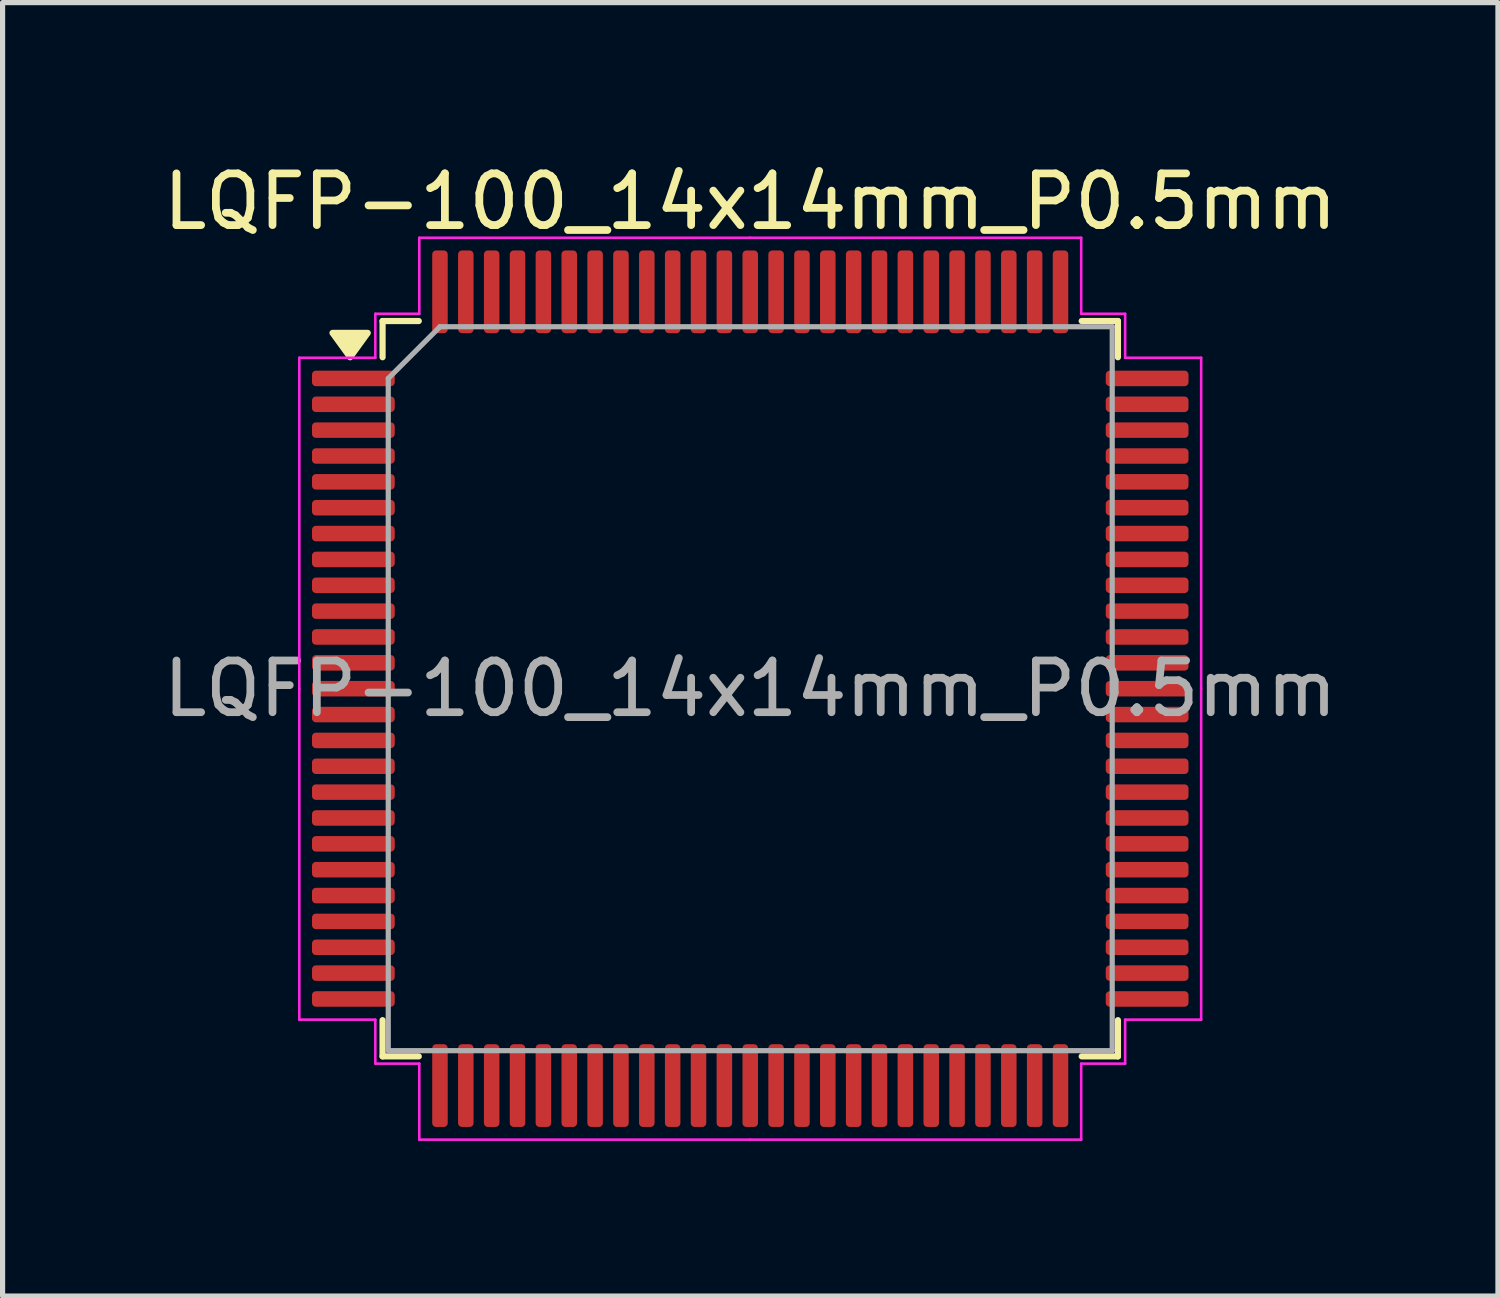
<source format=kicad_pcb>
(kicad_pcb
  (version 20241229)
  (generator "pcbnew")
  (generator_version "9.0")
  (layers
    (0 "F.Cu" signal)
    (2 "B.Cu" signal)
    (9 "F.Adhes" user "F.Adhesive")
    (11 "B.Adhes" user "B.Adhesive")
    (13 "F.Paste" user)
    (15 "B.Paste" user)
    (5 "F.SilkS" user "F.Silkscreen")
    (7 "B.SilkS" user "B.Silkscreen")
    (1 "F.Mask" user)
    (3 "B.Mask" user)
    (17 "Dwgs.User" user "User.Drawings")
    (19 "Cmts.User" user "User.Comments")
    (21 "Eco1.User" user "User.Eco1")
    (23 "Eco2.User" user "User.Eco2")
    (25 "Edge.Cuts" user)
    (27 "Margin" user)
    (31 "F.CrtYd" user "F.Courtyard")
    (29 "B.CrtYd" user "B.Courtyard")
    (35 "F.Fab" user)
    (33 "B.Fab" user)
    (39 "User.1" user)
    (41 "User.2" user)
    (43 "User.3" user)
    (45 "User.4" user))
  (footprint "LQFP-100_14x14mm_P0.5mm"
    (layer "F.Cu")
    (at 11.458 10.268)
    (property "Reference" "LQFP-100_14x14mm_P0.5mm" (at 0 -9.42 0) (layer "F.SilkS") (effects (font (size 1 1) (thickness 0.15))))
    (attr smd allow_soldermask_bridges)
    (fp_line (start -7.11 -7.11) (end -7.11 -6.41) (stroke (width 0.12) (type solid)) (layer "F.SilkS"))
    (fp_line (start -7.11 7.11) (end -7.11 6.41) (stroke (width 0.12) (type solid)) (layer "F.SilkS"))
    (fp_line (start -6.41 -7.11) (end -7.11 -7.11) (stroke (width 0.12) (type solid)) (layer "F.SilkS"))
    (fp_line (start -6.41 7.11) (end -7.11 7.11) (stroke (width 0.12) (type solid)) (layer "F.SilkS"))
    (fp_line (start 6.41 -7.11) (end 7.11 -7.11) (stroke (width 0.12) (type solid)) (layer "F.SilkS"))
    (fp_line (start 6.41 7.11) (end 7.11 7.11) (stroke (width 0.12) (type solid)) (layer "F.SilkS"))
    (fp_line (start 7.11 -7.11) (end 7.11 -6.41) (stroke (width 0.12) (type solid)) (layer "F.SilkS"))
    (fp_line (start 7.11 7.11) (end 7.11 6.41) (stroke (width 0.12) (type solid)) (layer "F.SilkS"))
    (fp_poly (pts (xy -7.737 -6.41) (xy -8.078 -6.88) (xy -7.397 -6.88) (xy -7.737 -6.41)) (stroke (width 0.12) (type solid)) (fill yes) (layer "F.SilkS"))
    (fp_line (start -8.72 -6.4) (end -8.72 0) (stroke (width 0.05) (type solid)) (layer "F.CrtYd"))
    (fp_line (start -8.72 6.4) (end -8.72 0) (stroke (width 0.05) (type solid)) (layer "F.CrtYd"))
    (fp_line (start -7.25 -7.25) (end -7.25 -6.4) (stroke (width 0.05) (type solid)) (layer "F.CrtYd"))
    (fp_line (start -7.25 -6.4) (end -8.72 -6.4) (stroke (width 0.05) (type solid)) (layer "F.CrtYd"))
    (fp_line (start -7.25 6.4) (end -8.72 6.4) (stroke (width 0.05) (type solid)) (layer "F.CrtYd"))
    (fp_line (start -7.25 7.25) (end -7.25 6.4) (stroke (width 0.05) (type solid)) (layer "F.CrtYd"))
    (fp_line (start -6.4 -8.72) (end -6.4 -7.25) (stroke (width 0.05) (type solid)) (layer "F.CrtYd"))
    (fp_line (start -6.4 -7.25) (end -7.25 -7.25) (stroke (width 0.05) (type solid)) (layer "F.CrtYd"))
    (fp_line (start -6.4 7.25) (end -7.25 7.25) (stroke (width 0.05) (type solid)) (layer "F.CrtYd"))
    (fp_line (start -6.4 8.72) (end -6.4 7.25) (stroke (width 0.05) (type solid)) (layer "F.CrtYd"))
    (fp_line (start 0 -8.72) (end -6.4 -8.72) (stroke (width 0.05) (type solid)) (layer "F.CrtYd"))
    (fp_line (start 0 -8.72) (end 6.4 -8.72) (stroke (width 0.05) (type solid)) (layer "F.CrtYd"))
    (fp_line (start 0 8.72) (end -6.4 8.72) (stroke (width 0.05) (type solid)) (layer "F.CrtYd"))
    (fp_line (start 0 8.72) (end 6.4 8.72) (stroke (width 0.05) (type solid)) (layer "F.CrtYd"))
    (fp_line (start 6.4 -8.72) (end 6.4 -7.25) (stroke (width 0.05) (type solid)) (layer "F.CrtYd"))
    (fp_line (start 6.4 -7.25) (end 7.25 -7.25) (stroke (width 0.05) (type solid)) (layer "F.CrtYd"))
    (fp_line (start 6.4 7.25) (end 7.25 7.25) (stroke (width 0.05) (type solid)) (layer "F.CrtYd"))
    (fp_line (start 6.4 8.72) (end 6.4 7.25) (stroke (width 0.05) (type solid)) (layer "F.CrtYd"))
    (fp_line (start 7.25 -7.25) (end 7.25 -6.4) (stroke (width 0.05) (type solid)) (layer "F.CrtYd"))
    (fp_line (start 7.25 -6.4) (end 8.72 -6.4) (stroke (width 0.05) (type solid)) (layer "F.CrtYd"))
    (fp_line (start 7.25 6.4) (end 8.72 6.4) (stroke (width 0.05) (type solid)) (layer "F.CrtYd"))
    (fp_line (start 7.25 7.25) (end 7.25 6.4) (stroke (width 0.05) (type solid)) (layer "F.CrtYd"))
    (fp_line (start 8.72 -6.4) (end 8.72 0) (stroke (width 0.05) (type solid)) (layer "F.CrtYd"))
    (fp_line (start 8.72 6.4) (end 8.72 0) (stroke (width 0.05) (type solid)) (layer "F.CrtYd"))
    (fp_line (start -7 -6) (end -6 -7) (stroke (width 0.1) (type solid)) (layer "F.Fab"))
    (fp_line (start -7 7) (end -7 -6) (stroke (width 0.1) (type solid)) (layer "F.Fab"))
    (fp_line (start -6 -7) (end 7 -7) (stroke (width 0.1) (type solid)) (layer "F.Fab"))
    (fp_line (start 7 -7) (end 7 7) (stroke (width 0.1) (type solid)) (layer "F.Fab"))
    (fp_line (start 7 7) (end -7 7) (stroke (width 0.1) (type solid)) (layer "F.Fab"))
    (fp_text user "${REFERENCE}" (at 0 0 0) (layer "F.Fab") (effects (font (size 1 1) (thickness 0.15))))
    (pad "1" smd roundrect (at -7.675 -6) (size 1.6 0.3) (layers "F.Cu" "F.Mask" "F.Paste") (roundrect_rratio 0.25))
    (pad "2" smd roundrect (at -7.675 -5.5) (size 1.6 0.3) (layers "F.Cu" "F.Mask" "F.Paste") (roundrect_rratio 0.25))
    (pad "3" smd roundrect (at -7.675 -5) (size 1.6 0.3) (layers "F.Cu" "F.Mask" "F.Paste") (roundrect_rratio 0.25))
    (pad "4" smd roundrect (at -7.675 -4.5) (size 1.6 0.3) (layers "F.Cu" "F.Mask" "F.Paste") (roundrect_rratio 0.25))
    (pad "5" smd roundrect (at -7.675 -4) (size 1.6 0.3) (layers "F.Cu" "F.Mask" "F.Paste") (roundrect_rratio 0.25))
    (pad "6" smd roundrect (at -7.675 -3.5) (size 1.6 0.3) (layers "F.Cu" "F.Mask" "F.Paste") (roundrect_rratio 0.25))
    (pad "7" smd roundrect (at -7.675 -3) (size 1.6 0.3) (layers "F.Cu" "F.Mask" "F.Paste") (roundrect_rratio 0.25))
    (pad "8" smd roundrect (at -7.675 -2.5) (size 1.6 0.3) (layers "F.Cu" "F.Mask" "F.Paste") (roundrect_rratio 0.25))
    (pad "9" smd roundrect (at -7.675 -2) (size 1.6 0.3) (layers "F.Cu" "F.Mask" "F.Paste") (roundrect_rratio 0.25))
    (pad "10" smd roundrect (at -7.675 -1.5) (size 1.6 0.3) (layers "F.Cu" "F.Mask" "F.Paste") (roundrect_rratio 0.25))
    (pad "11" smd roundrect (at -7.675 -1) (size 1.6 0.3) (layers "F.Cu" "F.Mask" "F.Paste") (roundrect_rratio 0.25))
    (pad "12" smd roundrect (at -7.675 -0.5) (size 1.6 0.3) (layers "F.Cu" "F.Mask" "F.Paste") (roundrect_rratio 0.25))
    (pad "13" smd roundrect (at -7.675 0) (size 1.6 0.3) (layers "F.Cu" "F.Mask" "F.Paste") (roundrect_rratio 0.25))
    (pad "14" smd roundrect (at -7.675 0.5) (size 1.6 0.3) (layers "F.Cu" "F.Mask" "F.Paste") (roundrect_rratio 0.25))
    (pad "15" smd roundrect (at -7.675 1) (size 1.6 0.3) (layers "F.Cu" "F.Mask" "F.Paste") (roundrect_rratio 0.25))
    (pad "16" smd roundrect (at -7.675 1.5) (size 1.6 0.3) (layers "F.Cu" "F.Mask" "F.Paste") (roundrect_rratio 0.25))
    (pad "17" smd roundrect (at -7.675 2) (size 1.6 0.3) (layers "F.Cu" "F.Mask" "F.Paste") (roundrect_rratio 0.25))
    (pad "18" smd roundrect (at -7.675 2.5) (size 1.6 0.3) (layers "F.Cu" "F.Mask" "F.Paste") (roundrect_rratio 0.25))
    (pad "19" smd roundrect (at -7.675 3) (size 1.6 0.3) (layers "F.Cu" "F.Mask" "F.Paste") (roundrect_rratio 0.25))
    (pad "20" smd roundrect (at -7.675 3.5) (size 1.6 0.3) (layers "F.Cu" "F.Mask" "F.Paste") (roundrect_rratio 0.25))
    (pad "21" smd roundrect (at -7.675 4) (size 1.6 0.3) (layers "F.Cu" "F.Mask" "F.Paste") (roundrect_rratio 0.25))
    (pad "22" smd roundrect (at -7.675 4.5) (size 1.6 0.3) (layers "F.Cu" "F.Mask" "F.Paste") (roundrect_rratio 0.25))
    (pad "23" smd roundrect (at -7.675 5) (size 1.6 0.3) (layers "F.Cu" "F.Mask" "F.Paste") (roundrect_rratio 0.25))
    (pad "24" smd roundrect (at -7.675 5.5) (size 1.6 0.3) (layers "F.Cu" "F.Mask" "F.Paste") (roundrect_rratio 0.25))
    (pad "25" smd roundrect (at -7.675 6) (size 1.6 0.3) (layers "F.Cu" "F.Mask" "F.Paste") (roundrect_rratio 0.25))
    (pad "26" smd roundrect (at -6 7.675) (size 0.3 1.6) (layers "F.Cu" "F.Mask" "F.Paste") (roundrect_rratio 0.25))
    (pad "27" smd roundrect (at -5.5 7.675) (size 0.3 1.6) (layers "F.Cu" "F.Mask" "F.Paste") (roundrect_rratio 0.25))
    (pad "28" smd roundrect (at -5 7.675) (size 0.3 1.6) (layers "F.Cu" "F.Mask" "F.Paste") (roundrect_rratio 0.25))
    (pad "29" smd roundrect (at -4.5 7.675) (size 0.3 1.6) (layers "F.Cu" "F.Mask" "F.Paste") (roundrect_rratio 0.25))
    (pad "30" smd roundrect (at -4 7.675) (size 0.3 1.6) (layers "F.Cu" "F.Mask" "F.Paste") (roundrect_rratio 0.25))
    (pad "31" smd roundrect (at -3.5 7.675) (size 0.3 1.6) (layers "F.Cu" "F.Mask" "F.Paste") (roundrect_rratio 0.25))
    (pad "32" smd roundrect (at -3 7.675) (size 0.3 1.6) (layers "F.Cu" "F.Mask" "F.Paste") (roundrect_rratio 0.25))
    (pad "33" smd roundrect (at -2.5 7.675) (size 0.3 1.6) (layers "F.Cu" "F.Mask" "F.Paste") (roundrect_rratio 0.25))
    (pad "34" smd roundrect (at -2 7.675) (size 0.3 1.6) (layers "F.Cu" "F.Mask" "F.Paste") (roundrect_rratio 0.25))
    (pad "35" smd roundrect (at -1.5 7.675) (size 0.3 1.6) (layers "F.Cu" "F.Mask" "F.Paste") (roundrect_rratio 0.25))
    (pad "36" smd roundrect (at -1 7.675) (size 0.3 1.6) (layers "F.Cu" "F.Mask" "F.Paste") (roundrect_rratio 0.25))
    (pad "37" smd roundrect (at -0.5 7.675) (size 0.3 1.6) (layers "F.Cu" "F.Mask" "F.Paste") (roundrect_rratio 0.25))
    (pad "38" smd roundrect (at 0 7.675) (size 0.3 1.6) (layers "F.Cu" "F.Mask" "F.Paste") (roundrect_rratio 0.25))
    (pad "39" smd roundrect (at 0.5 7.675) (size 0.3 1.6) (layers "F.Cu" "F.Mask" "F.Paste") (roundrect_rratio 0.25))
    (pad "40" smd roundrect (at 1 7.675) (size 0.3 1.6) (layers "F.Cu" "F.Mask" "F.Paste") (roundrect_rratio 0.25))
    (pad "41" smd roundrect (at 1.5 7.675) (size 0.3 1.6) (layers "F.Cu" "F.Mask" "F.Paste") (roundrect_rratio 0.25))
    (pad "42" smd roundrect (at 2 7.675) (size 0.3 1.6) (layers "F.Cu" "F.Mask" "F.Paste") (roundrect_rratio 0.25))
    (pad "43" smd roundrect (at 2.5 7.675) (size 0.3 1.6) (layers "F.Cu" "F.Mask" "F.Paste") (roundrect_rratio 0.25))
    (pad "44" smd roundrect (at 3 7.675) (size 0.3 1.6) (layers "F.Cu" "F.Mask" "F.Paste") (roundrect_rratio 0.25))
    (pad "45" smd roundrect (at 3.5 7.675) (size 0.3 1.6) (layers "F.Cu" "F.Mask" "F.Paste") (roundrect_rratio 0.25))
    (pad "46" smd roundrect (at 4 7.675) (size 0.3 1.6) (layers "F.Cu" "F.Mask" "F.Paste") (roundrect_rratio 0.25))
    (pad "47" smd roundrect (at 4.5 7.675) (size 0.3 1.6) (layers "F.Cu" "F.Mask" "F.Paste") (roundrect_rratio 0.25))
    (pad "48" smd roundrect (at 5 7.675) (size 0.3 1.6) (layers "F.Cu" "F.Mask" "F.Paste") (roundrect_rratio 0.25))
    (pad "49" smd roundrect (at 5.5 7.675) (size 0.3 1.6) (layers "F.Cu" "F.Mask" "F.Paste") (roundrect_rratio 0.25))
    (pad "50" smd roundrect (at 6 7.675) (size 0.3 1.6) (layers "F.Cu" "F.Mask" "F.Paste") (roundrect_rratio 0.25))
    (pad "51" smd roundrect (at 7.675 6) (size 1.6 0.3) (layers "F.Cu" "F.Mask" "F.Paste") (roundrect_rratio 0.25))
    (pad "52" smd roundrect (at 7.675 5.5) (size 1.6 0.3) (layers "F.Cu" "F.Mask" "F.Paste") (roundrect_rratio 0.25))
    (pad "53" smd roundrect (at 7.675 5) (size 1.6 0.3) (layers "F.Cu" "F.Mask" "F.Paste") (roundrect_rratio 0.25))
    (pad "54" smd roundrect (at 7.675 4.5) (size 1.6 0.3) (layers "F.Cu" "F.Mask" "F.Paste") (roundrect_rratio 0.25))
    (pad "55" smd roundrect (at 7.675 4) (size 1.6 0.3) (layers "F.Cu" "F.Mask" "F.Paste") (roundrect_rratio 0.25))
    (pad "56" smd roundrect (at 7.675 3.5) (size 1.6 0.3) (layers "F.Cu" "F.Mask" "F.Paste") (roundrect_rratio 0.25))
    (pad "57" smd roundrect (at 7.675 3) (size 1.6 0.3) (layers "F.Cu" "F.Mask" "F.Paste") (roundrect_rratio 0.25))
    (pad "58" smd roundrect (at 7.675 2.5) (size 1.6 0.3) (layers "F.Cu" "F.Mask" "F.Paste") (roundrect_rratio 0.25))
    (pad "59" smd roundrect (at 7.675 2) (size 1.6 0.3) (layers "F.Cu" "F.Mask" "F.Paste") (roundrect_rratio 0.25))
    (pad "60" smd roundrect (at 7.675 1.5) (size 1.6 0.3) (layers "F.Cu" "F.Mask" "F.Paste") (roundrect_rratio 0.25))
    (pad "61" smd roundrect (at 7.675 1) (size 1.6 0.3) (layers "F.Cu" "F.Mask" "F.Paste") (roundrect_rratio 0.25))
    (pad "62" smd roundrect (at 7.675 0.5) (size 1.6 0.3) (layers "F.Cu" "F.Mask" "F.Paste") (roundrect_rratio 0.25))
    (pad "63" smd roundrect (at 7.675 0) (size 1.6 0.3) (layers "F.Cu" "F.Mask" "F.Paste") (roundrect_rratio 0.25))
    (pad "64" smd roundrect (at 7.675 -0.5) (size 1.6 0.3) (layers "F.Cu" "F.Mask" "F.Paste") (roundrect_rratio 0.25))
    (pad "65" smd roundrect (at 7.675 -1) (size 1.6 0.3) (layers "F.Cu" "F.Mask" "F.Paste") (roundrect_rratio 0.25))
    (pad "66" smd roundrect (at 7.675 -1.5) (size 1.6 0.3) (layers "F.Cu" "F.Mask" "F.Paste") (roundrect_rratio 0.25))
    (pad "67" smd roundrect (at 7.675 -2) (size 1.6 0.3) (layers "F.Cu" "F.Mask" "F.Paste") (roundrect_rratio 0.25))
    (pad "68" smd roundrect (at 7.675 -2.5) (size 1.6 0.3) (layers "F.Cu" "F.Mask" "F.Paste") (roundrect_rratio 0.25))
    (pad "69" smd roundrect (at 7.675 -3) (size 1.6 0.3) (layers "F.Cu" "F.Mask" "F.Paste") (roundrect_rratio 0.25))
    (pad "70" smd roundrect (at 7.675 -3.5) (size 1.6 0.3) (layers "F.Cu" "F.Mask" "F.Paste") (roundrect_rratio 0.25))
    (pad "71" smd roundrect (at 7.675 -4) (size 1.6 0.3) (layers "F.Cu" "F.Mask" "F.Paste") (roundrect_rratio 0.25))
    (pad "72" smd roundrect (at 7.675 -4.5) (size 1.6 0.3) (layers "F.Cu" "F.Mask" "F.Paste") (roundrect_rratio 0.25))
    (pad "73" smd roundrect (at 7.675 -5) (size 1.6 0.3) (layers "F.Cu" "F.Mask" "F.Paste") (roundrect_rratio 0.25))
    (pad "74" smd roundrect (at 7.675 -5.5) (size 1.6 0.3) (layers "F.Cu" "F.Mask" "F.Paste") (roundrect_rratio 0.25))
    (pad "75" smd roundrect (at 7.675 -6) (size 1.6 0.3) (layers "F.Cu" "F.Mask" "F.Paste") (roundrect_rratio 0.25))
    (pad "76" smd roundrect (at 6 -7.675) (size 0.3 1.6) (layers "F.Cu" "F.Mask" "F.Paste") (roundrect_rratio 0.25))
    (pad "77" smd roundrect (at 5.5 -7.675) (size 0.3 1.6) (layers "F.Cu" "F.Mask" "F.Paste") (roundrect_rratio 0.25))
    (pad "78" smd roundrect (at 5 -7.675) (size 0.3 1.6) (layers "F.Cu" "F.Mask" "F.Paste") (roundrect_rratio 0.25))
    (pad "79" smd roundrect (at 4.5 -7.675) (size 0.3 1.6) (layers "F.Cu" "F.Mask" "F.Paste") (roundrect_rratio 0.25))
    (pad "80" smd roundrect (at 4 -7.675) (size 0.3 1.6) (layers "F.Cu" "F.Mask" "F.Paste") (roundrect_rratio 0.25))
    (pad "81" smd roundrect (at 3.5 -7.675) (size 0.3 1.6) (layers "F.Cu" "F.Mask" "F.Paste") (roundrect_rratio 0.25))
    (pad "82" smd roundrect (at 3 -7.675) (size 0.3 1.6) (layers "F.Cu" "F.Mask" "F.Paste") (roundrect_rratio 0.25))
    (pad "83" smd roundrect (at 2.5 -7.675) (size 0.3 1.6) (layers "F.Cu" "F.Mask" "F.Paste") (roundrect_rratio 0.25))
    (pad "84" smd roundrect (at 2 -7.675) (size 0.3 1.6) (layers "F.Cu" "F.Mask" "F.Paste") (roundrect_rratio 0.25))
    (pad "85" smd roundrect (at 1.5 -7.675) (size 0.3 1.6) (layers "F.Cu" "F.Mask" "F.Paste") (roundrect_rratio 0.25))
    (pad "86" smd roundrect (at 1 -7.675) (size 0.3 1.6) (layers "F.Cu" "F.Mask" "F.Paste") (roundrect_rratio 0.25))
    (pad "87" smd roundrect (at 0.5 -7.675) (size 0.3 1.6) (layers "F.Cu" "F.Mask" "F.Paste") (roundrect_rratio 0.25))
    (pad "88" smd roundrect (at 0 -7.675) (size 0.3 1.6) (layers "F.Cu" "F.Mask" "F.Paste") (roundrect_rratio 0.25))
    (pad "89" smd roundrect (at -0.5 -7.675) (size 0.3 1.6) (layers "F.Cu" "F.Mask" "F.Paste") (roundrect_rratio 0.25))
    (pad "90" smd roundrect (at -1 -7.675) (size 0.3 1.6) (layers "F.Cu" "F.Mask" "F.Paste") (roundrect_rratio 0.25))
    (pad "91" smd roundrect (at -1.5 -7.675) (size 0.3 1.6) (layers "F.Cu" "F.Mask" "F.Paste") (roundrect_rratio 0.25))
    (pad "92" smd roundrect (at -2 -7.675) (size 0.3 1.6) (layers "F.Cu" "F.Mask" "F.Paste") (roundrect_rratio 0.25))
    (pad "93" smd roundrect (at -2.5 -7.675) (size 0.3 1.6) (layers "F.Cu" "F.Mask" "F.Paste") (roundrect_rratio 0.25))
    (pad "94" smd roundrect (at -3 -7.675) (size 0.3 1.6) (layers "F.Cu" "F.Mask" "F.Paste") (roundrect_rratio 0.25))
    (pad "95" smd roundrect (at -3.5 -7.675) (size 0.3 1.6) (layers "F.Cu" "F.Mask" "F.Paste") (roundrect_rratio 0.25))
    (pad "96" smd roundrect (at -4 -7.675) (size 0.3 1.6) (layers "F.Cu" "F.Mask" "F.Paste") (roundrect_rratio 0.25))
    (pad "97" smd roundrect (at -4.5 -7.675) (size 0.3 1.6) (layers "F.Cu" "F.Mask" "F.Paste") (roundrect_rratio 0.25))
    (pad "98" smd roundrect (at -5 -7.675) (size 0.3 1.6) (layers "F.Cu" "F.Mask" "F.Paste") (roundrect_rratio 0.25))
    (pad "99" smd roundrect (at -5.5 -7.675) (size 0.3 1.6) (layers "F.Cu" "F.Mask" "F.Paste") (roundrect_rratio 0.25))
    (pad "100" smd roundrect (at -6 -7.675) (size 0.3 1.6) (layers "F.Cu" "F.Mask" "F.Paste") (roundrect_rratio 0.25)))
  (gr_rect
    (start -3 -3)
    (end 25.917 22.013)
    (stroke (width 0.1) (type default))
    (fill no)
    (layer "Edge.Cuts")))
</source>
